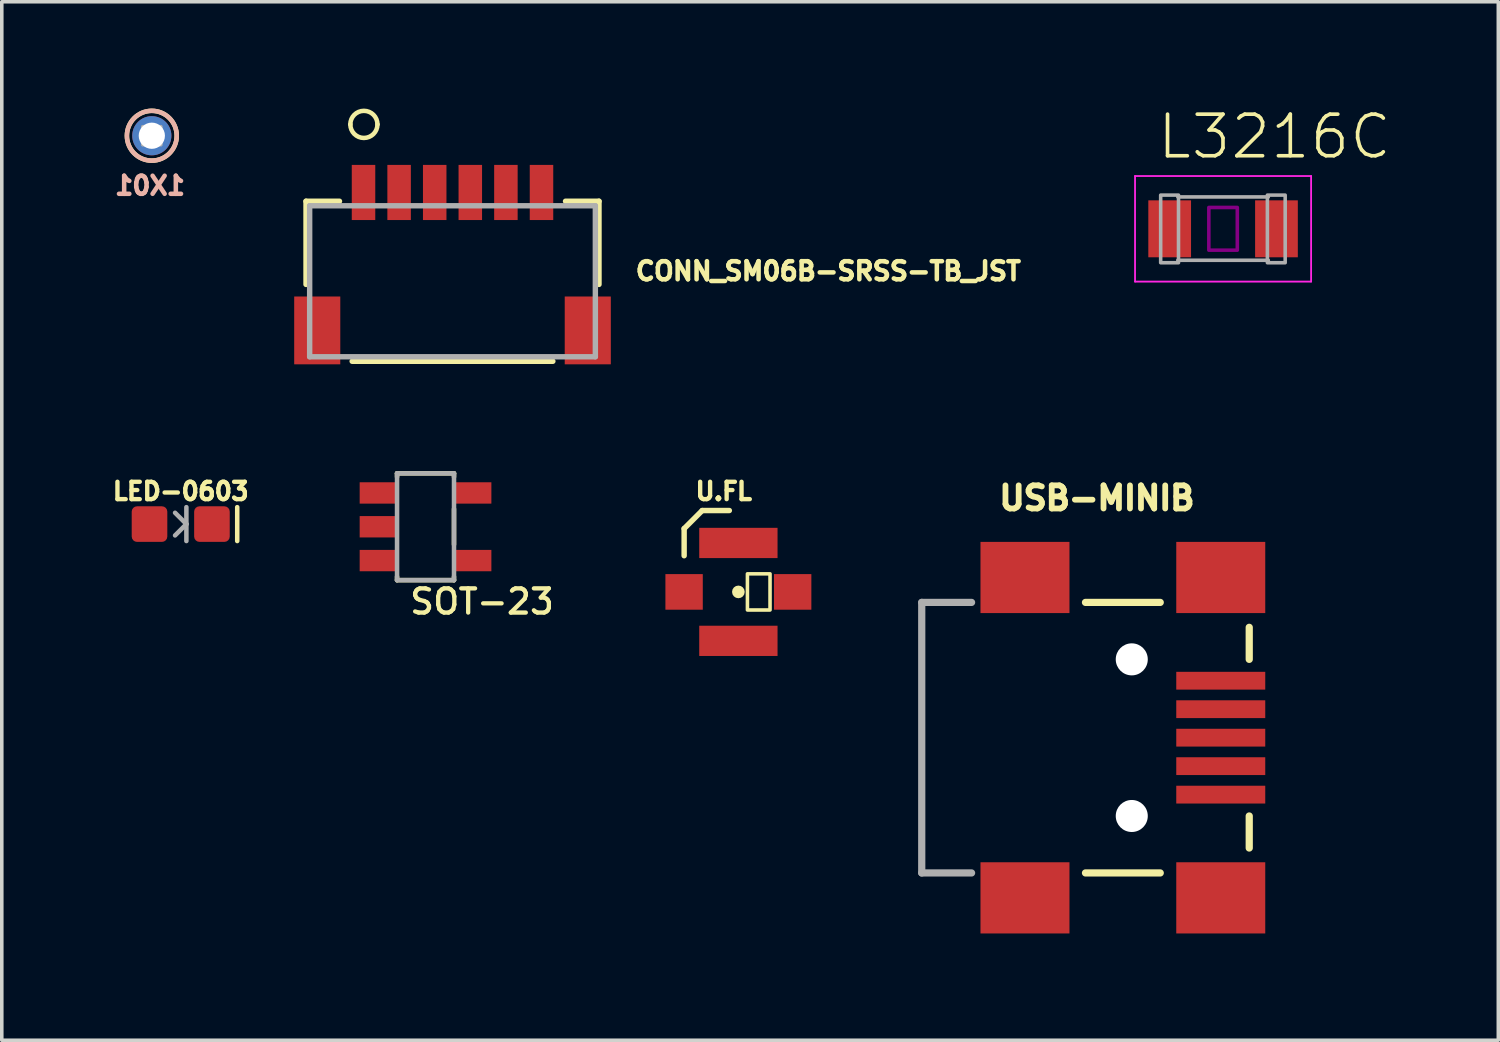
<source format=kicad_pcb>
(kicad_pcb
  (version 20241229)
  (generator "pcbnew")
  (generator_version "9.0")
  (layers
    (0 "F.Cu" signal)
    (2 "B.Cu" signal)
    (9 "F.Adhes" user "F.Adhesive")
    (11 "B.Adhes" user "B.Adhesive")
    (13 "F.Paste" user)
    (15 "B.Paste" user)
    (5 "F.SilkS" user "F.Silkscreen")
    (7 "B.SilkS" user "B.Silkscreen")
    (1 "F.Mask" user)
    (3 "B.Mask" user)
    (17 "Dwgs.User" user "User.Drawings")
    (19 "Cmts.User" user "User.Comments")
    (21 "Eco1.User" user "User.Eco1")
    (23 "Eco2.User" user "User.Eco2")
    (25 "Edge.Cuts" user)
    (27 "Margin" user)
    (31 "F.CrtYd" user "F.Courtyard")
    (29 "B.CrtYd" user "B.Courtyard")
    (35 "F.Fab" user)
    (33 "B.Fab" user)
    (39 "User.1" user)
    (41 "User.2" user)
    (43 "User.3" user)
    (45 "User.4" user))
  (footprint "L3216C"
    (layer "F.Cu")
    (at 31.309 3.378)
    (property "Reference" "L3216C" (at -1.905 -1.905 0) (layer "F.SilkS") (effects (font (size 1.168 1.168) (thickness 0.102)) (justify left bottom)))
    (fp_poly (pts (xy -0.4 0.6) (xy 0.4 0.6) (xy 0.4 -0.6) (xy -0.4 -0.6)) (stroke (width 0.1) (type solid)) (fill no) (layer "F.Adhes"))
    (fp_line (start -2.473 -1.483) (end 2.473 -1.483) (stroke (width 0.051) (type solid)) (layer "F.CrtYd"))
    (fp_line (start -2.473 1.483) (end -2.473 -1.483) (stroke (width 0.051) (type solid)) (layer "F.CrtYd"))
    (fp_line (start 2.473 -1.483) (end 2.473 1.483) (stroke (width 0.051) (type solid)) (layer "F.CrtYd"))
    (fp_line (start 2.473 1.483) (end -2.473 1.483) (stroke (width 0.051) (type solid)) (layer "F.CrtYd"))
    (fp_line (start -1.27 -0.896) (end 1.27 -0.896) (stroke (width 0.102) (type solid)) (layer "F.Fab"))
    (fp_line (start -1.27 0.883) (end 1.27 0.883) (stroke (width 0.102) (type solid)) (layer "F.Fab"))
    (fp_poly (pts (xy -1.753 0.953) (xy -1.252 0.953) (xy -1.252 -0.947) (xy -1.753 -0.947)) (stroke (width 0.1) (type solid)) (fill no) (layer "F.Fab"))
    (fp_poly (pts (xy 1.245 0.953) (xy 1.745 0.953) (xy 1.745 -0.947) (xy 1.245 -0.947)) (stroke (width 0.1) (type solid)) (fill no) (layer "F.Fab"))
    (pad "1" smd rect (at -1.5 0) (size 1.2 1.6) (layers "F.Cu" "F.Mask" "F.Paste"))
    (pad "2" smd rect (at 1.5 0) (size 1.2 1.6) (layers "F.Cu" "F.Mask" "F.Paste")))
  (footprint "LED-0603"
    (layer "F.Cu")
    (at 2.027 11.673)
    (property "Reference" "LED-0603" (at 0 -0.635 0) (layer "F.SilkS") (effects (font (size 0.488 0.488) (thickness 0.122)) (justify bottom)))
    (fp_line (start 1.587 -0.476) (end 1.587 0.476) (stroke (width 0.127) (type solid)) (layer "F.SilkS"))
    (fp_line (start 0.159 -0.476) (end 0.159 0) (stroke (width 0.127) (type solid)) (layer "F.Fab"))
    (fp_line (start 0.159 0) (end -0.159 -0.318) (stroke (width 0.127) (type solid)) (layer "F.Fab"))
    (fp_line (start 0.159 0) (end -0.159 0.318) (stroke (width 0.127) (type solid)) (layer "F.Fab"))
    (fp_line (start 0.159 0) (end 0.159 0.476) (stroke (width 0.127) (type solid)) (layer "F.Fab"))
    (pad "A" smd roundrect (at -0.877 0 270) (size 1 1) (layers "F.Cu" "F.Mask" "F.Paste") (roundrect_rratio 0.15))
    (pad "C" smd roundrect (at 0.877 0 270) (size 1 1) (layers "F.Cu" "F.Mask" "F.Paste") (roundrect_rratio 0.15)))
  (footprint "USB-MINIB"
    (layer "F.Cu")
    (at 28.744 17.673)
    (property "Reference" "USB-MINIB" (at -3.81 -6.35 0) (layer "F.SilkS") (effects (font (size 0.65 0.65) (thickness 0.163)) (justify left bottom)))
    (fp_line (start -1.3 -3.8) (end 0.8 -3.8) (stroke (width 0.203) (type solid)) (layer "F.SilkS"))
    (fp_line (start 0.8 3.8) (end -1.3 3.8) (stroke (width 0.203) (type solid)) (layer "F.SilkS"))
    (fp_line (start 3.3 -3.1) (end 3.3 -2.2) (stroke (width 0.203) (type solid)) (layer "F.SilkS"))
    (fp_line (start 3.3 2.2) (end 3.3 3.1) (stroke (width 0.203) (type solid)) (layer "F.SilkS"))
    (fp_line (start -5.9 -3.8) (end -5.9 3.8) (stroke (width 0.203) (type solid)) (layer "F.Fab"))
    (fp_line (start -5.9 -3.8) (end -4.5 -3.8) (stroke (width 0.203) (type solid)) (layer "F.Fab"))
    (fp_line (start -5.9 3.8) (end -4.5 3.8) (stroke (width 0.203) (type solid)) (layer "F.Fab"))
    (pad "" np_thru_hole circle (at 0 -2.2) (size 0.9 0.9) (drill 0.9) (layers "*.Cu" "*.Mask"))
    (pad "" np_thru_hole circle (at 0 2.2) (size 0.9 0.9) (drill 0.9) (layers "*.Cu" "*.Mask"))
    (pad "D+" smd rect (at 2.5 0) (size 2.5 0.5) (layers "F.Cu" "F.Mask" "F.Paste"))
    (pad "D-" smd rect (at 2.5 -0.8) (size 2.5 0.5) (layers "F.Cu" "F.Mask" "F.Paste"))
    (pad "GND" smd rect (at 2.5 1.6) (size 2.5 0.5) (layers "F.Cu" "F.Mask" "F.Paste"))
    (pad "ID" smd rect (at 2.5 0.8) (size 2.5 0.5) (layers "F.Cu" "F.Mask" "F.Paste"))
    (pad "S1" smd rect (at -3 -4.5) (size 2.5 2) (layers "F.Cu" "F.Mask" "F.Paste"))
    (pad "S2" smd rect (at 2.5 -4.5) (size 2.5 2) (layers "F.Cu" "F.Mask" "F.Paste"))
    (pad "S3" smd rect (at -3 4.5) (size 2.5 2) (layers "F.Cu" "F.Mask" "F.Paste"))
    (pad "S4" smd rect (at 2.5 4.5) (size 2.5 2) (layers "F.Cu" "F.Mask" "F.Paste"))
    (pad "VBUS" smd rect (at 2.5 -1.6) (size 2.5 0.5) (layers "F.Cu" "F.Mask" "F.Paste")))
  (footprint "1X01"
    (layer "F.Cu")
    (at 1.215 0.763)
    (property "Reference" "1X01" (at 1 1.7 0) (layer "B.SilkS") (effects (font (size 0.508 0.508) (thickness 0.127)) (justify left bottom mirror)))
    (fp_circle (center 0 0) (end 0.7 0) (stroke (width 0.127) (type solid)) (fill no) (layer "F.SilkS"))
    (fp_circle (center 0 0) (end 0.7 0) (stroke (width 0.127) (type solid)) (fill no) (layer "B.SilkS"))
    (fp_poly (pts (xy -0.254 0.254) (xy 0.254 0.254) (xy 0.254 -0.254) (xy -0.254 -0.254)) (stroke (width 0.1) (type solid)) (fill no) (layer "F.Fab"))
    (pad "1" thru_hole circle (at 0 0) (size 1.1 1.1) (drill 0.737) (layers "*.Cu" "*.Mask")))
  (footprint "SOT-23"
    (layer "F.Cu")
    (at 8.904 11.748)
    (property "Reference" "SOT-23" (at -0.5 2.5 0) (layer "F.SilkS") (effects (font (size 0.68 0.68) (thickness 0.12)) (justify left bottom)))
    (fp_line (start -0.8 -1.5) (end 0.8 -1.5) (stroke (width 0.127) (type solid)) (layer "F.SilkS"))
    (fp_line (start -0.8 -1.4) (end -0.8 -1.5) (stroke (width 0.127) (type solid)) (layer "F.SilkS"))
    (fp_line (start -0.8 1.4) (end -0.8 1.5) (stroke (width 0.127) (type solid)) (layer "F.SilkS"))
    (fp_line (start -0.8 1.5) (end 0.8 1.5) (stroke (width 0.127) (type solid)) (layer "F.SilkS"))
    (fp_line (start 0.8 -1.5) (end 0.8 -1.4) (stroke (width 0.127) (type solid)) (layer "F.SilkS"))
    (fp_line (start 0.8 -0.5) (end 0.8 0.5) (stroke (width 0.127) (type solid)) (layer "F.SilkS"))
    (fp_line (start 0.8 1.5) (end 0.8 1.4) (stroke (width 0.127) (type solid)) (layer "F.SilkS"))
    (fp_poly (pts (xy -1.72 0.22) (xy -0.82 0.22) (xy -0.82 -0.23) (xy -1.72 -0.23)) (stroke (width 0.1) (type solid)) (fill no) (layer "F.Paste"))
    (fp_poly (pts (xy -0.84 -1.18) (xy -1.74 -1.18) (xy -1.74 -0.73) (xy -0.84 -0.73)) (stroke (width 0.1) (type solid)) (fill no) (layer "F.Paste"))
    (fp_poly (pts (xy -0.84 0.72) (xy -1.74 0.72) (xy -1.74 1.17) (xy -0.84 1.17)) (stroke (width 0.1) (type solid)) (fill no) (layer "F.Paste"))
    (fp_poly (pts (xy 0.84 -0.72) (xy 1.74 -0.72) (xy 1.74 -1.17) (xy 0.84 -1.17)) (stroke (width 0.1) (type solid)) (fill no) (layer "F.Paste"))
    (fp_poly (pts (xy 0.84 1.18) (xy 1.74 1.18) (xy 1.74 0.73) (xy 0.84 0.73)) (stroke (width 0.1) (type solid)) (fill no) (layer "F.Paste"))
    (fp_line (start -0.8 -1.5) (end 0.8 -1.5) (stroke (width 0.127) (type solid)) (layer "F.Fab"))
    (fp_line (start -0.8 1.5) (end -0.8 -1.5) (stroke (width 0.127) (type solid)) (layer "F.Fab"))
    (fp_line (start 0.8 -1.5) (end 0.8 1.5) (stroke (width 0.127) (type solid)) (layer "F.Fab"))
    (fp_line (start 0.8 1.5) (end -0.8 1.5) (stroke (width 0.127) (type solid)) (layer "F.Fab"))
    (pad "1" smd rect (at -1.3 -0.95) (size 1.1 0.6) (layers "F.Cu" "F.Mask"))
    (pad "2" smd rect (at -1.3 0) (size 1.1 0.6) (layers "F.Cu" "F.Mask"))
    (pad "3" smd rect (at -1.3 0.95 180) (size 1.1 0.6) (layers "F.Cu" "F.Mask"))
    (pad "4" smd rect (at 1.3 0.95 180) (size 1.1 0.6) (layers "F.Cu" "F.Mask"))
    (pad "5" smd rect (at 1.3 -0.95) (size 1.1 0.6) (layers "F.Cu" "F.Mask")))
  (footprint "CONN_SM06B-SRSS-TB_JST"
    (layer "F.Cu")
    (at 9.662 4.864)
    (property "Reference" "CONN_SM06B-SRSS-TB_JST" (at 5.08 0 0) (layer "F.SilkS") (effects (font (size 0.508 0.508) (thickness 0.127)) (justify left bottom)))
    (fp_line (start -4.115 -2.261) (end -4.115 0.076) (stroke (width 0.152) (type solid)) (layer "F.SilkS"))
    (fp_line (start -3.175 -2.261) (end -4.115 -2.261) (stroke (width 0.152) (type solid)) (layer "F.SilkS"))
    (fp_line (start -2.819 2.235) (end 2.819 2.235) (stroke (width 0.152) (type solid)) (layer "F.SilkS"))
    (fp_line (start 4.115 -2.261) (end 3.175 -2.261) (stroke (width 0.152) (type solid)) (layer "F.SilkS"))
    (fp_line (start 4.115 0.076) (end 4.115 -2.261) (stroke (width 0.152) (type solid)) (layer "F.SilkS"))
    (fp_arc (start -2.8702 -4.4196) (mid -2.4892 -4.8006) (end -2.1082 -4.4196) (stroke (width 0.127) (type solid)) (layer "F.SilkS"))
    (fp_arc (start -2.1082 -4.4196) (mid -2.4892 -4.0386) (end -2.8702 -4.4196) (stroke (width 0.127) (type solid)) (layer "F.SilkS"))
    (fp_line (start -4.013 -2.134) (end -4.013 2.108) (stroke (width 0.152) (type solid)) (layer "F.Fab"))
    (fp_line (start -4.013 2.108) (end 4.013 2.108) (stroke (width 0.152) (type solid)) (layer "F.Fab"))
    (fp_line (start 4.013 -2.134) (end -4.013 -2.134) (stroke (width 0.152) (type solid)) (layer "F.Fab"))
    (fp_line (start 4.013 2.108) (end 4.013 -2.134) (stroke (width 0.152) (type solid)) (layer "F.Fab"))
    (pad "1" smd rect (at -2.5 -2.507) (size 0.66 1.549) (layers "F.Cu" "F.Mask" "F.Paste"))
    (pad "2" smd rect (at -1.5 -2.507) (size 0.66 1.549) (layers "F.Cu" "F.Mask" "F.Paste"))
    (pad "3" smd rect (at -0.5 -2.507) (size 0.66 1.549) (layers "F.Cu" "F.Mask" "F.Paste"))
    (pad "4" smd rect (at 0.5 -2.507) (size 0.66 1.549) (layers "F.Cu" "F.Mask" "F.Paste"))
    (pad "5" smd rect (at 1.5 -2.507) (size 0.66 1.549) (layers "F.Cu" "F.Mask" "F.Paste"))
    (pad "6" smd rect (at 2.5 -2.507) (size 0.66 1.549) (layers "F.Cu" "F.Mask" "F.Paste"))
    (pad "7" smd rect (at -3.8 1.368 90) (size 1.905 1.295) (layers "F.Cu" "F.Mask" "F.Paste"))
    (pad "8" smd rect (at 3.8 1.368 90) (size 1.905 1.295) (layers "F.Cu" "F.Mask" "F.Paste")))
  (footprint "U.FL"
    (layer "F.Cu")
    (at 17.693 13.578)
    (property "Reference" "U.FL" (at -1.27 -2.54 0) (layer "F.SilkS") (effects (font (size 0.488 0.488) (thickness 0.122)) (justify left bottom)))
    (fp_line (start -1.524 -1.778) (end -1.016 -2.286) (stroke (width 0.152) (type solid)) (layer "F.SilkS"))
    (fp_line (start -1.524 -1.016) (end -1.524 -1.778) (stroke (width 0.152) (type solid)) (layer "F.SilkS"))
    (fp_line (start -1.016 -2.286) (end -0.254 -2.286) (stroke (width 0.152) (type solid)) (layer "F.SilkS"))
    (fp_circle (center 0 0) (end 0.089 0) (stroke (width 0.178) (type solid)) (fill no) (layer "F.SilkS"))
    (fp_poly (pts (xy 0.889 0.508) (xy 0.254 0.508) (xy 0.254 -0.508) (xy 0.889 -0.508)) (stroke (width 0.1) (type solid)) (fill no) (layer "F.SilkS"))
    (pad "1" smd rect (at 0 -1.375) (size 2.2 0.85) (layers "F.Cu" "F.Mask" "F.Paste"))
    (pad "2" smd rect (at 0 1.375) (size 2.2 0.85) (layers "F.Cu" "F.Mask" "F.Paste"))
    (pad "FEED" smd rect (at 1.525 0) (size 1.05 1) (layers "F.Cu" "F.Mask" "F.Paste"))
    (pad "NC" smd rect (at -1.525 0) (size 1.05 1) (layers "F.Cu" "F.Mask")))
  (gr_rect
    (start -3 -3)
    (end 39.041 26.173)
    (stroke (width 0.1) (type default))
    (fill no)
    (layer "Edge.Cuts")))
</source>
